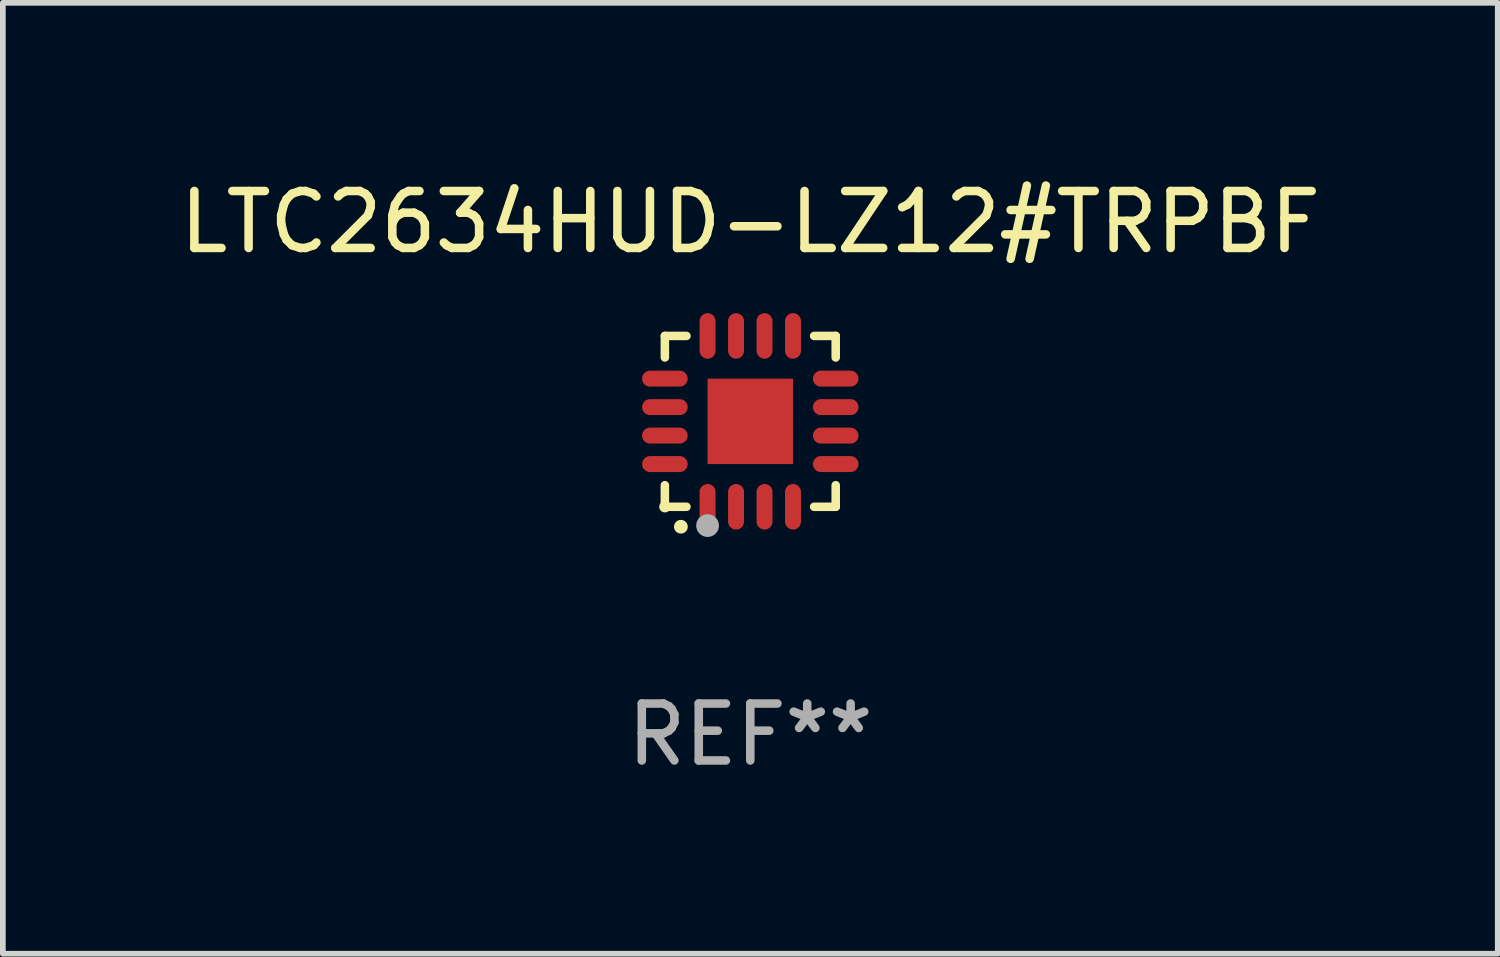
<source format=kicad_pcb>
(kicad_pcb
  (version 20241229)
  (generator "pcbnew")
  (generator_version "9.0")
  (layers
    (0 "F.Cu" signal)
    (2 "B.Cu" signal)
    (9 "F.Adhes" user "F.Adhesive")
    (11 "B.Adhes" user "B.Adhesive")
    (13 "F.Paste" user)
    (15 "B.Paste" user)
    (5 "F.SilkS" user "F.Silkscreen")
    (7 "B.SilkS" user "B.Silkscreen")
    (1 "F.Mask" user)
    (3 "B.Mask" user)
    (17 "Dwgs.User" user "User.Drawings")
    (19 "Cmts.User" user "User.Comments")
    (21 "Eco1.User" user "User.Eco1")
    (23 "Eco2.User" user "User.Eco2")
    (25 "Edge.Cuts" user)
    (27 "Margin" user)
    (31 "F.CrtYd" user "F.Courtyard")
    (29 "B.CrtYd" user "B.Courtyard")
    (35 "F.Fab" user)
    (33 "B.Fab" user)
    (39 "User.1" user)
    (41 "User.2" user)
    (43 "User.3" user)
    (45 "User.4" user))
  (footprint "LTC2634HUD-LZ12#TRPBF"
    (layer "F.Cu")
    (at 10.125 4.349)
    (property "Reference" "LTC2634HUD-LZ12#TRPBF" (at 0 -3.5 0) (layer "F.SilkS") (effects (font (size 1 1) (thickness 0.15))))
    (attr through_hole)
    (fp_line (start -1.5 -1.5) (end -1.121 -1.5) (stroke (width 0.15) (type solid)) (layer "F.SilkS"))
    (fp_line (start -1.5 -1.122) (end -1.5 -1.5) (stroke (width 0.15) (type solid)) (layer "F.SilkS"))
    (fp_line (start -1.5 1.5) (end -1.5 1.121) (stroke (width 0.15) (type solid)) (layer "F.SilkS"))
    (fp_line (start -1.121 1.5) (end -1.5 1.5) (stroke (width 0.15) (type solid)) (layer "F.SilkS"))
    (fp_line (start 1.121 -1.5) (end 1.5 -1.5) (stroke (width 0.15) (type solid)) (layer "F.SilkS"))
    (fp_line (start 1.5 -1.5) (end 1.5 -1.122) (stroke (width 0.15) (type solid)) (layer "F.SilkS"))
    (fp_line (start 1.5 1.121) (end 1.5 1.5) (stroke (width 0.15) (type solid)) (layer "F.SilkS"))
    (fp_line (start 1.5 1.5) (end 1.121 1.5) (stroke (width 0.15) (type solid)) (layer "F.SilkS"))
    (fp_arc (start -1.219926 1.850254) (mid -1.21891 1.85025) (end -1.217894 1.850254) (stroke (width 0.240005) (type solid)) (layer "F.SilkS"))
    (fp_circle (center -1.5 1.5) (end -1.45 1.5) (stroke (width 0.1) (type solid)) (fill no) (layer "F.SilkS"))
    (fp_circle (center -0.75 1.83) (end -0.65 1.83) (stroke (width 0.2) (type solid)) (fill no) (layer "F.Fab"))
    (fp_text user "REF**" (at 0 5.5 0) (layer "F.Fab") (effects (font (size 1 1) (thickness 0.15))))
    (pad "1" smd oval (at -0.75 1.5) (size 0.28 0.8) (layers "F.Cu" "F.Mask" "F.Paste"))
    (pad "2" smd oval (at -0.25 1.5) (size 0.28 0.8) (layers "F.Cu" "F.Mask" "F.Paste"))
    (pad "3" smd oval (at 0.25 1.5) (size 0.28 0.8) (layers "F.Cu" "F.Mask" "F.Paste"))
    (pad "4" smd oval (at 0.75 1.5) (size 0.28 0.8) (layers "F.Cu" "F.Mask" "F.Paste"))
    (pad "5" smd oval (at 1.5 0.75) (size 0.8 0.28) (layers "F.Cu" "F.Mask" "F.Paste"))
    (pad "6" smd oval (at 1.5 0.25) (size 0.8 0.28) (layers "F.Cu" "F.Mask" "F.Paste"))
    (pad "7" smd oval (at 1.5 -0.25) (size 0.8 0.28) (layers "F.Cu" "F.Mask" "F.Paste"))
    (pad "8" smd oval (at 1.5 -0.75) (size 0.8 0.28) (layers "F.Cu" "F.Mask" "F.Paste"))
    (pad "9" smd oval (at 0.75 -1.5) (size 0.28 0.8) (layers "F.Cu" "F.Mask" "F.Paste"))
    (pad "10" smd oval (at 0.25 -1.5) (size 0.28 0.8) (layers "F.Cu" "F.Mask" "F.Paste"))
    (pad "11" smd oval (at -0.25 -1.5) (size 0.28 0.8) (layers "F.Cu" "F.Mask" "F.Paste"))
    (pad "12" smd oval (at -0.75 -1.5) (size 0.28 0.8) (layers "F.Cu" "F.Mask" "F.Paste"))
    (pad "13" smd oval (at -1.5 -0.75) (size 0.8 0.28) (layers "F.Cu" "F.Mask" "F.Paste"))
    (pad "14" smd oval (at -1.5 -0.25) (size 0.8 0.28) (layers "F.Cu" "F.Mask" "F.Paste"))
    (pad "15" smd oval (at -1.5 0.25) (size 0.8 0.28) (layers "F.Cu" "F.Mask" "F.Paste"))
    (pad "16" smd oval (at -1.5 0.75) (size 0.8 0.28) (layers "F.Cu" "F.Mask" "F.Paste"))
    (pad "17" smd rect (at -0.000064 0.000165) (size 1.5 1.5) (layers "F.Cu" "F.Mask" "F.Paste")))
  (gr_rect
    (start -3 -3)
    (end 23.25 13.697)
    (stroke (width 0.1) (type default))
    (fill no)
    (layer "Edge.Cuts")))
</source>
